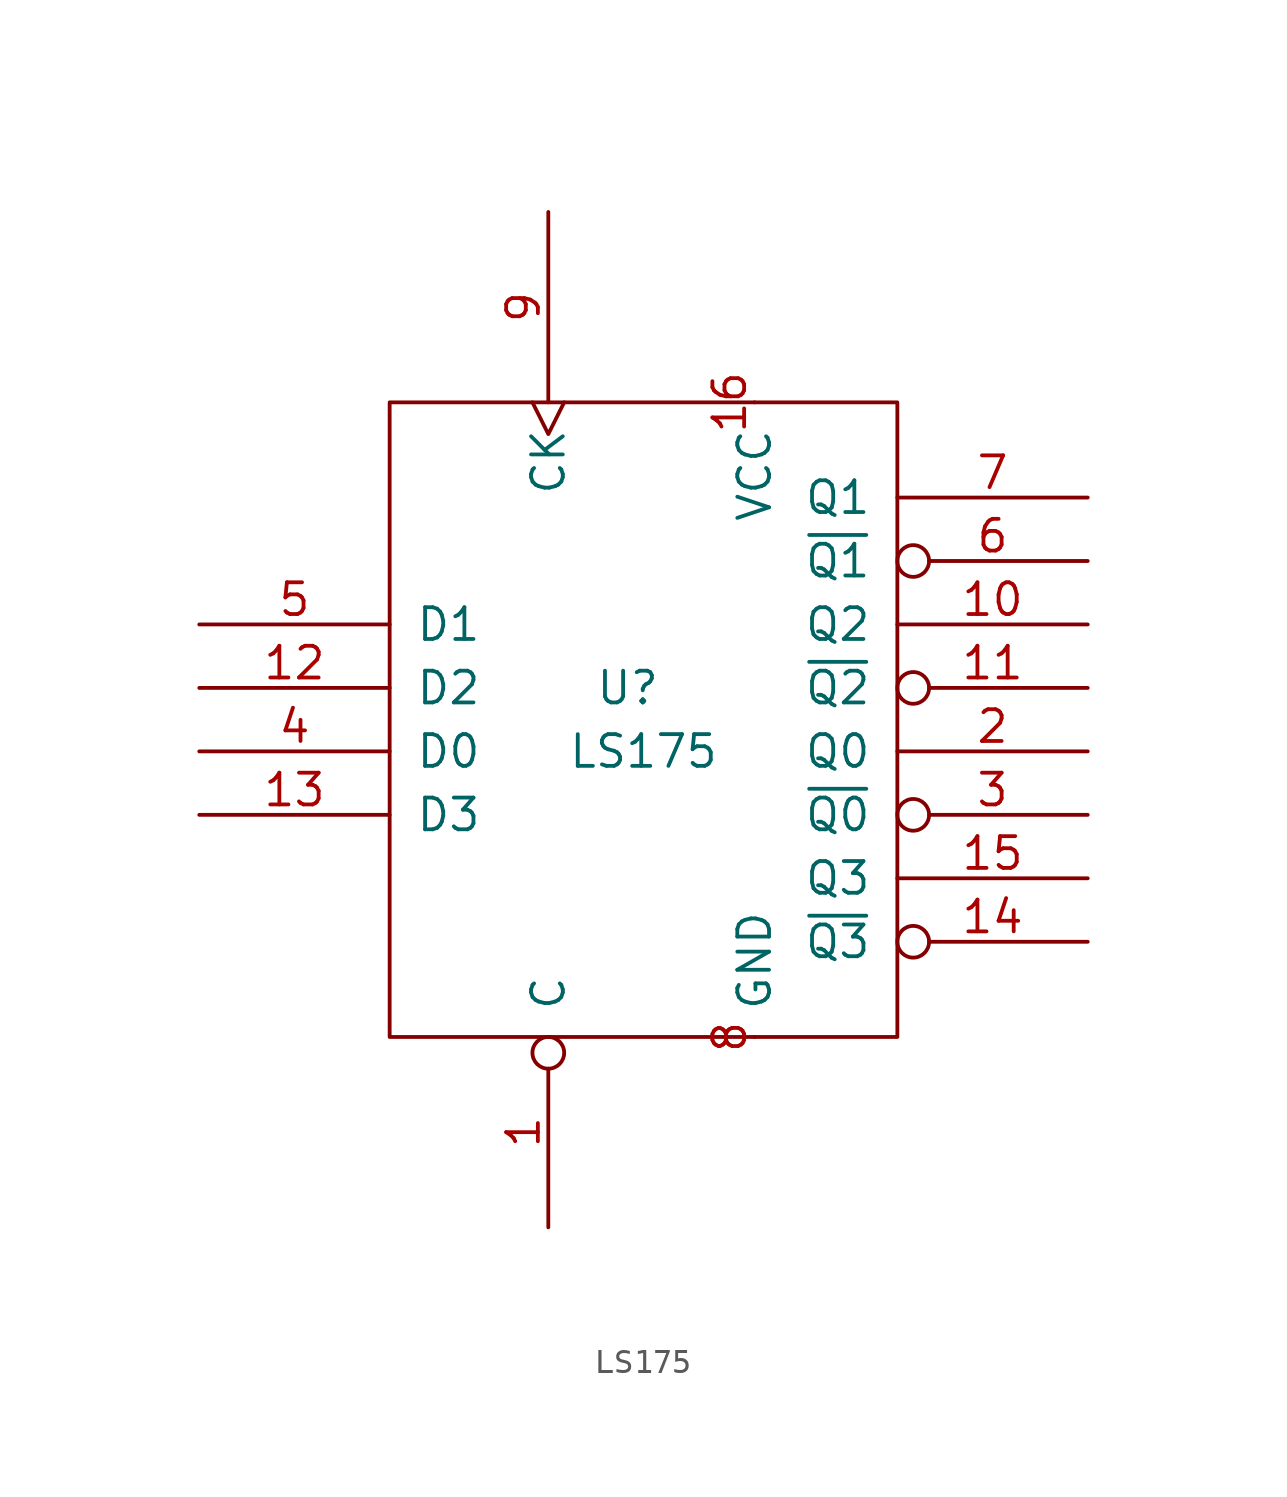
<source format=kicad_sym>
(kicad_symbol_lib
  (version 20211014)
  (generator kicad_symbol_editor)
  (symbol "LS175"
    (pin_names
      (offset 1.016))
    (property "Reference" "U"
      (at -0.635 1.27 0)
      (effects (font (size 1.27 1.27))))
    (property "Value" "LS175"
      (at 0 -1.27 0)
      (effects (font (size 1.27 1.27))))
    (symbol "LS175_0_0"
      (pin power_in line (at 4.445 12.7 270) (length 0) (name "VCC" (effects (font (size 1.27 1.27)))) (number "16" (effects (font (size 1.27 1.27)))))
      (pin power_in line (at 4.445 -12.7 90) (length 0) (name "GND" (effects (font (size 1.27 1.27)))) (number "8" (effects (font (size 1.27 1.27))))))
    (symbol "LS175_0_1"
      (rectangle (start -10.16 12.7) (end 10.16 -12.7) (stroke (width 0) (type default) (color 0 0 0 0)) (fill (type none))))
    (symbol "LS175_1_1"
      (pin input inverted (at -3.81 -20.32 90) (length 7.62) (name "C" (effects (font (size 1.27 1.27)))) (number "1" (effects (font (size 1.27 1.27)))))
      (pin output line (at 17.78 3.81 180) (length 7.62) (name "Q2" (effects (font (size 1.27 1.27)))) (number "10" (effects (font (size 1.27 1.27)))))
      (pin output inverted (at 17.78 1.27 180) (length 7.62) (name "~{Q2}" (effects (font (size 1.27 1.27)))) (number "11" (effects (font (size 1.27 1.27)))))
      (pin input line (at -17.78 1.27 0) (length 7.62) (name "D2" (effects (font (size 1.27 1.27)))) (number "12" (effects (font (size 1.27 1.27)))))
      (pin input line (at -17.78 -3.81 0) (length 7.62) (name "D3" (effects (font (size 1.27 1.27)))) (number "13" (effects (font (size 1.27 1.27)))))
      (pin output inverted (at 17.78 -8.89 180) (length 7.62) (name "~{Q3}" (effects (font (size 1.27 1.27)))) (number "14" (effects (font (size 1.27 1.27)))))
      (pin output line (at 17.78 -6.35 180) (length 7.62) (name "Q3" (effects (font (size 1.27 1.27)))) (number "15" (effects (font (size 1.27 1.27)))))
      (pin output line (at 17.78 -1.27 180) (length 7.62) (name "Q0" (effects (font (size 1.27 1.27)))) (number "2" (effects (font (size 1.27 1.27)))))
      (pin output inverted (at 17.78 -3.81 180) (length 7.62) (name "~{Q0}" (effects (font (size 1.27 1.27)))) (number "3" (effects (font (size 1.27 1.27)))))
      (pin input line (at -17.78 -1.27 0) (length 7.62) (name "D0" (effects (font (size 1.27 1.27)))) (number "4" (effects (font (size 1.27 1.27)))))
      (pin input line (at -17.78 3.81 0) (length 7.62) (name "D1" (effects (font (size 1.27 1.27)))) (number "5" (effects (font (size 1.27 1.27)))))
      (pin output inverted (at 17.78 6.35 180) (length 7.62) (name "~{Q1}" (effects (font (size 1.27 1.27)))) (number "6" (effects (font (size 1.27 1.27)))))
      (pin output line (at 17.78 8.89 180) (length 7.62) (name "Q1" (effects (font (size 1.27 1.27)))) (number "7" (effects (font (size 1.27 1.27)))))
      (pin input clock (at -3.81 20.32 270) (length 7.62) (name "CK" (effects (font (size 1.27 1.27)))) (number "9" (effects (font (size 1.27 1.27))))))))
</source>
